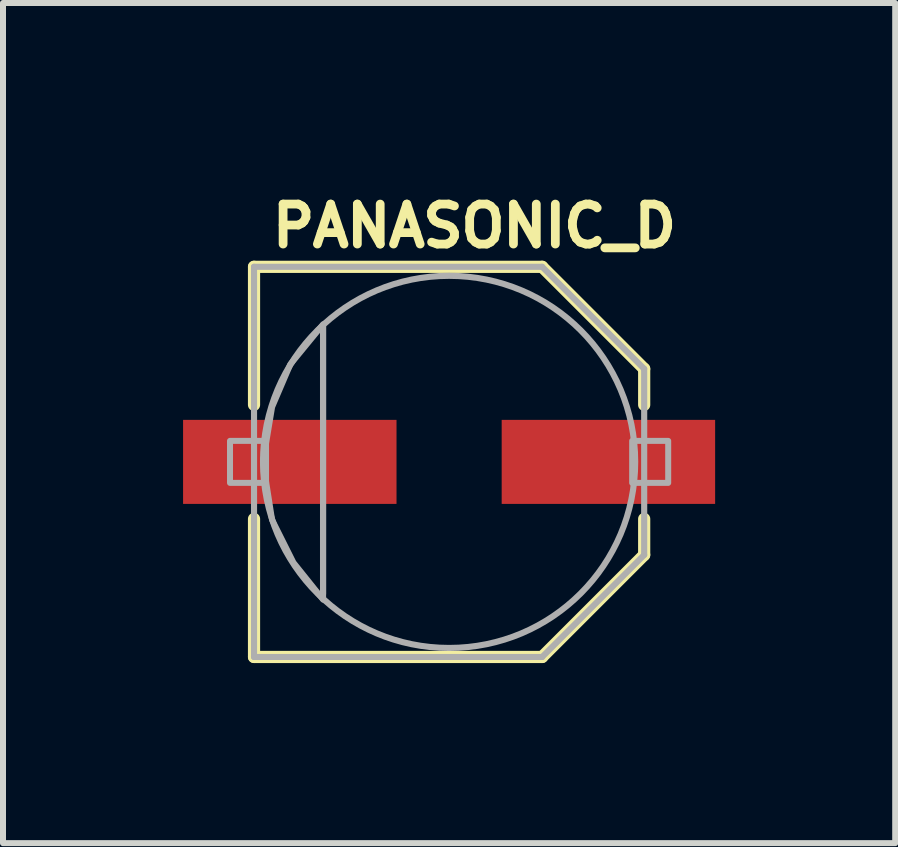
<source format=kicad_pcb>
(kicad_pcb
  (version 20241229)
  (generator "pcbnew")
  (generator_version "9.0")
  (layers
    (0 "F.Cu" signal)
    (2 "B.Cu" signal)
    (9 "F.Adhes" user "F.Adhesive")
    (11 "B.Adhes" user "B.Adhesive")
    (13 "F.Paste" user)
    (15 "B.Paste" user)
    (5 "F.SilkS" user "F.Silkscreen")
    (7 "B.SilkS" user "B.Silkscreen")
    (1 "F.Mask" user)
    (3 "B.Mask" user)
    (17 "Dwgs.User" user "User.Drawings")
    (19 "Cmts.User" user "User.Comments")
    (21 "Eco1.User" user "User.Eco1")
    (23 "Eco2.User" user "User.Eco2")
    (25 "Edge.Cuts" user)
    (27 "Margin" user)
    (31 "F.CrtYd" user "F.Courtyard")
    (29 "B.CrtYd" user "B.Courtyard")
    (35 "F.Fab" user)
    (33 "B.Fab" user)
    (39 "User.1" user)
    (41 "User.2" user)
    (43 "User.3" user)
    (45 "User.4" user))
  (footprint "PANASONIC_D"
    (layer "F.Cu")
    (at 4.432 4.645)
    (property "Reference" "PANASONIC_D" (at -3.02 -3.54 0) (layer "F.SilkS") (effects (font (size 0.666 0.666) (thickness 0.146)) (justify left bottom)))
    (fp_line (start -3.25 -3.25) (end 1.55 -3.25) (stroke (width 0.203) (type solid)) (layer "F.SilkS"))
    (fp_line (start -3.25 -0.95) (end -3.25 -3.25) (stroke (width 0.203) (type solid)) (layer "F.SilkS"))
    (fp_line (start -3.25 3.25) (end -3.25 0.95) (stroke (width 0.203) (type solid)) (layer "F.SilkS"))
    (fp_line (start 1.55 -3.25) (end 3.25 -1.55) (stroke (width 0.203) (type solid)) (layer "F.SilkS"))
    (fp_line (start 1.55 3.25) (end -3.25 3.25) (stroke (width 0.203) (type solid)) (layer "F.SilkS"))
    (fp_line (start 3.25 -1.55) (end 3.25 -0.95) (stroke (width 0.203) (type solid)) (layer "F.SilkS"))
    (fp_line (start 3.25 0.95) (end 3.25 1.55) (stroke (width 0.203) (type solid)) (layer "F.SilkS"))
    (fp_line (start 3.25 1.55) (end 1.55 3.25) (stroke (width 0.203) (type solid)) (layer "F.SilkS"))
    (fp_line (start -3.25 -3.25) (end 1.55 -3.25) (stroke (width 0.102) (type solid)) (layer "F.Fab"))
    (fp_line (start -3.25 3.25) (end -3.25 -3.25) (stroke (width 0.102) (type solid)) (layer "F.Fab"))
    (fp_line (start -2.1 -2.25) (end -2.1 2.2) (stroke (width 0.102) (type solid)) (layer "F.Fab"))
    (fp_line (start 1.55 -3.25) (end 3.25 -1.55) (stroke (width 0.102) (type solid)) (layer "F.Fab"))
    (fp_line (start 1.55 3.25) (end -3.25 3.25) (stroke (width 0.102) (type solid)) (layer "F.Fab"))
    (fp_line (start 3.25 -1.55) (end 3.25 1.55) (stroke (width 0.102) (type solid)) (layer "F.Fab"))
    (fp_line (start 3.25 1.55) (end 1.55 3.25) (stroke (width 0.102) (type solid)) (layer "F.Fab"))
    (fp_circle (center 0 0) (end 3.1 0) (stroke (width 0.102) (type solid)) (fill no) (layer "F.Fab"))
    (fp_poly (pts (xy -3.65 0.35) (xy -3.05 0.35) (xy -3.05 -0.35) (xy -3.65 -0.35)) (stroke (width 0.1) (type default)) (fill no) (layer "F.Fab"))
    (fp_poly (pts (xy 3.05 0.35) (xy 3.65 0.35) (xy 3.65 -0.35) (xy 3.05 -0.35)) (stroke (width 0.1) (type default)) (fill no) (layer "F.Fab"))
    (fp_poly (pts (xy -2.099 2.295) (xy -2.593 1.678) (xy -2.949 0.966) (xy -3.101 -0.00022) (xy -2.949 -0.914) (xy -2.644 -1.627) (xy -2.099 -2.292)) (stroke (width 0.1) (type default)) (fill no) (layer "F.Fab"))
    (pad "+" smd rect (at 2.654 0) (size 3.556 1.4) (layers "F.Cu" "F.Mask" "F.Paste"))
    (pad "-" smd rect (at -2.654 0) (size 3.556 1.4) (layers "F.Cu" "F.Mask" "F.Paste")))
  (gr_rect
    (start -3 -3)
    (end 11.864 10.997)
    (stroke (width 0.1) (type default))
    (fill no)
    (layer "Edge.Cuts")))
</source>
